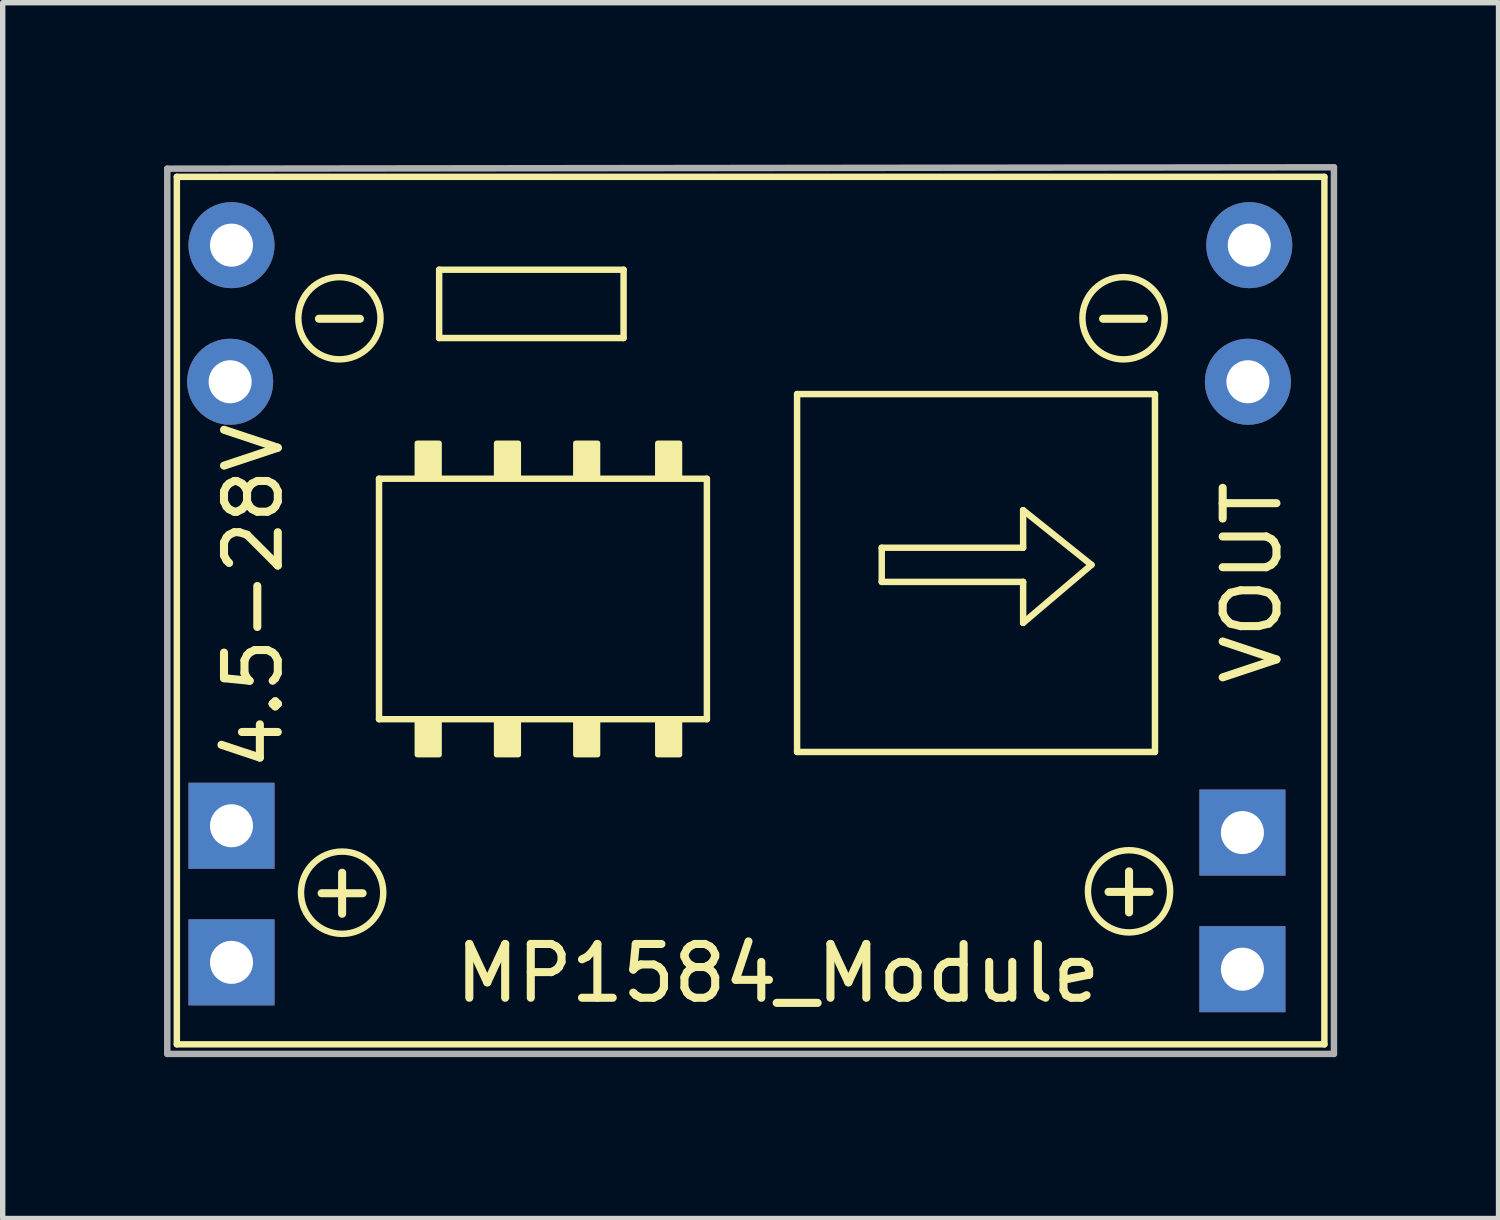
<source format=kicad_pcb>
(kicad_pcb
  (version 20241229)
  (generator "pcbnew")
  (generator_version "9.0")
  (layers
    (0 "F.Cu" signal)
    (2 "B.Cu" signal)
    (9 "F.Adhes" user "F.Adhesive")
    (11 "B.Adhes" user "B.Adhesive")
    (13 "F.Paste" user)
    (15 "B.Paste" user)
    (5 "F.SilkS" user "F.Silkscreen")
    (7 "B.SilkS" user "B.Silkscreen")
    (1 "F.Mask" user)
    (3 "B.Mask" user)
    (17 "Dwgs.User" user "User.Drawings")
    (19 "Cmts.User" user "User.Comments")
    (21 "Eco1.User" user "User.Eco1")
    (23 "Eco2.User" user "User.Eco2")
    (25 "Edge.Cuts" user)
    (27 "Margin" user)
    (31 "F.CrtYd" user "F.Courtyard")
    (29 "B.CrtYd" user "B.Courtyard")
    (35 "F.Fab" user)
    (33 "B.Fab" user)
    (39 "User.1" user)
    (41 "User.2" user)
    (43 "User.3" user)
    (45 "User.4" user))
  (footprint "MP1584_Module"
    (layer "F.Cu")
    (at 11.414 7.731)
    (property "Reference" "MP1584_Module" (at 0 7.315 180) (layer "F.SilkS") (effects (font (size 1 1) (thickness 0.15))))
    (attr through_hole)
    (fp_line (start -11.176 -7.493) (end -11.176 8.636) (stroke (width 0.12) (type solid)) (layer "F.SilkS"))
    (fp_line (start -11.176 8.636) (end 10.16 8.636) (stroke (width 0.12) (type solid)) (layer "F.SilkS"))
    (fp_line (start -7.417 -1.88) (end -1.321 -1.88) (stroke (width 0.12) (type solid)) (layer "F.SilkS"))
    (fp_line (start -7.417 2.591) (end -7.417 -1.88) (stroke (width 0.12) (type solid)) (layer "F.SilkS"))
    (fp_line (start -6.299 -5.766) (end -2.87 -5.766) (stroke (width 0.12) (type solid)) (layer "F.SilkS"))
    (fp_line (start -6.299 -4.496) (end -6.299 -5.766) (stroke (width 0.12) (type solid)) (layer "F.SilkS"))
    (fp_line (start -2.87 -5.766) (end -2.87 -4.496) (stroke (width 0.12) (type solid)) (layer "F.SilkS"))
    (fp_line (start -2.87 -4.496) (end -6.299 -4.496) (stroke (width 0.12) (type solid)) (layer "F.SilkS"))
    (fp_line (start -1.321 2.591) (end -7.417 2.591) (stroke (width 0.12) (type solid)) (layer "F.SilkS"))
    (fp_line (start -1.321 2.591) (end -1.321 -1.88) (stroke (width 0.12) (type solid)) (layer "F.SilkS"))
    (fp_line (start 0.356 -3.454) (end 0.356 3.2) (stroke (width 0.12) (type solid)) (layer "F.SilkS"))
    (fp_line (start 0.356 -3.454) (end 7.01 -3.454) (stroke (width 0.12) (type solid)) (layer "F.SilkS"))
    (fp_line (start 1.93 -0.597) (end 4.559 -0.597) (stroke (width 0.12) (type solid)) (layer "F.SilkS"))
    (fp_line (start 1.93 0.038) (end 1.93 -0.597) (stroke (width 0.12) (type solid)) (layer "F.SilkS"))
    (fp_line (start 1.93 0.038) (end 4.559 0.038) (stroke (width 0.12) (type solid)) (layer "F.SilkS"))
    (fp_line (start 4.559 -1.295) (end 5.829 -0.279) (stroke (width 0.12) (type solid)) (layer "F.SilkS"))
    (fp_line (start 4.559 -0.597) (end 4.559 -1.295) (stroke (width 0.12) (type solid)) (layer "F.SilkS"))
    (fp_line (start 4.559 0.8) (end 4.559 0.038) (stroke (width 0.12) (type solid)) (layer "F.SilkS"))
    (fp_line (start 5.829 -0.279) (end 4.559 0.8) (stroke (width 0.12) (type solid)) (layer "F.SilkS"))
    (fp_line (start 7.01 -3.454) (end 7.01 3.2) (stroke (width 0.12) (type solid)) (layer "F.SilkS"))
    (fp_line (start 7.01 3.2) (end 0.356 3.2) (stroke (width 0.12) (type solid)) (layer "F.SilkS"))
    (fp_line (start 10.16 -7.493) (end -11.176 -7.493) (stroke (width 0.12) (type solid)) (layer "F.SilkS"))
    (fp_line (start 10.16 8.636) (end 10.16 -7.493) (stroke (width 0.12) (type solid)) (layer "F.SilkS"))
    (fp_circle (center -8.153 -4.864) (end -7.582 -4.356) (stroke (width 0.12) (type solid)) (fill no) (layer "F.SilkS"))
    (fp_circle (center -8.103 5.817) (end -7.531 6.325) (stroke (width 0.12) (type solid)) (fill no) (layer "F.SilkS"))
    (fp_circle (center 6.426 -4.864) (end 6.998 -4.356) (stroke (width 0.12) (type solid)) (fill no) (layer "F.SilkS"))
    (fp_circle (center 6.528 5.791) (end 7.099 6.299) (stroke (width 0.12) (type solid)) (fill no) (layer "F.SilkS"))
    (fp_poly (pts (xy -6.706 -2.54) (xy -6.299 -2.54) (xy -6.299 -1.93) (xy -6.706 -1.93)) (stroke (width 0.1) (type solid)) (fill yes) (layer "F.SilkS"))
    (fp_poly (pts (xy -6.706 2.642) (xy -6.299 2.642) (xy -6.299 3.251) (xy -6.706 3.251)) (stroke (width 0.1) (type solid)) (fill yes) (layer "F.SilkS"))
    (fp_poly (pts (xy -5.232 -2.54) (xy -4.826 -2.54) (xy -4.826 -1.93) (xy -5.232 -1.93)) (stroke (width 0.1) (type solid)) (fill yes) (layer "F.SilkS"))
    (fp_poly (pts (xy -5.232 2.642) (xy -4.826 2.642) (xy -4.826 3.251) (xy -5.232 3.251)) (stroke (width 0.1) (type solid)) (fill yes) (layer "F.SilkS"))
    (fp_poly (pts (xy -3.759 -2.54) (xy -3.353 -2.54) (xy -3.353 -1.93) (xy -3.759 -1.93)) (stroke (width 0.1) (type solid)) (fill yes) (layer "F.SilkS"))
    (fp_poly (pts (xy -3.759 2.642) (xy -3.353 2.642) (xy -3.353 3.251) (xy -3.759 3.251)) (stroke (width 0.1) (type solid)) (fill yes) (layer "F.SilkS"))
    (fp_poly (pts (xy -2.235 -2.54) (xy -1.829 -2.54) (xy -1.829 -1.93) (xy -2.235 -1.93)) (stroke (width 0.1) (type solid)) (fill yes) (layer "F.SilkS"))
    (fp_poly (pts (xy -2.235 2.642) (xy -1.829 2.642) (xy -1.829 3.251) (xy -2.235 3.251)) (stroke (width 0.1) (type solid)) (fill yes) (layer "F.SilkS"))
    (fp_line (start -11.354 -7.645) (end -11.354 8.814) (stroke (width 0.12) (type solid)) (layer "F.Fab"))
    (fp_line (start -11.354 -7.645) (end 10.338 -7.671) (stroke (width 0.12) (type solid)) (layer "F.Fab"))
    (fp_line (start -11.354 8.814) (end 10.338 8.814) (stroke (width 0.12) (type solid)) (layer "F.Fab"))
    (fp_line (start 10.338 -7.671) (end 10.338 8.814) (stroke (width 0.12) (type solid)) (layer "F.Fab"))
    (fp_text user "4.5-28V" (at -9.754 0.305 270) (layer "F.SilkS") (effects (font (size 1 1) (thickness 0.15))))
    (fp_text user "+" (at -8.103 5.753 180) (layer "F.SilkS") (effects (font (size 1 1) (thickness 0.15))))
    (fp_text user "-" (at 6.426 -4.928 180) (layer "F.SilkS") (effects (font (size 1 1) (thickness 0.15))))
    (fp_text user "+" (at 6.528 5.728 180) (layer "F.SilkS") (effects (font (size 1 1) (thickness 0.15))))
    (fp_text user "VOUT" (at 8.814 0.051 270) (layer "F.SilkS") (effects (font (size 1 1) (thickness 0.15))))
    (fp_text user "-" (at -8.153 -4.928 180) (layer "F.SilkS") (effects (font (size 1 1) (thickness 0.15))))
    (pad "1" thru_hole rect (at -10.16 4.572 90) (size 1.6 1.6) (drill 0.8) (layers "*.Cu" "*.Mask"))
    (pad "1" thru_hole rect (at -10.16 7.112 90) (size 1.6 1.6) (drill 0.8) (layers "*.Cu" "*.Mask"))
    (pad "2" thru_hole oval (at -10.185 -3.683 90) (size 1.6 1.6) (drill 0.8) (layers "*.Cu" "*.Mask"))
    (pad "2" thru_hole oval (at -10.16 -6.223 90) (size 1.6 1.6) (drill 0.8) (layers "*.Cu" "*.Mask"))
    (pad "3" thru_hole rect (at 8.636 4.699 90) (size 1.6 1.6) (drill 0.8) (layers "*.Cu" "*.Mask"))
    (pad "3" thru_hole rect (at 8.636 7.239 90) (size 1.6 1.6) (drill 0.8) (layers "*.Cu" "*.Mask"))
    (pad "4" thru_hole oval (at 8.738 -3.683 90) (size 1.6 1.6) (drill 0.8) (layers "*.Cu" "*.Mask"))
    (pad "4" thru_hole oval (at 8.763 -6.223 90) (size 1.6 1.6) (drill 0.8) (layers "*.Cu" "*.Mask")))
  (gr_rect
    (start -3 -3)
    (end 24.812 19.605)
    (stroke (width 0.1) (type default))
    (fill no)
    (layer "Edge.Cuts")))
</source>
